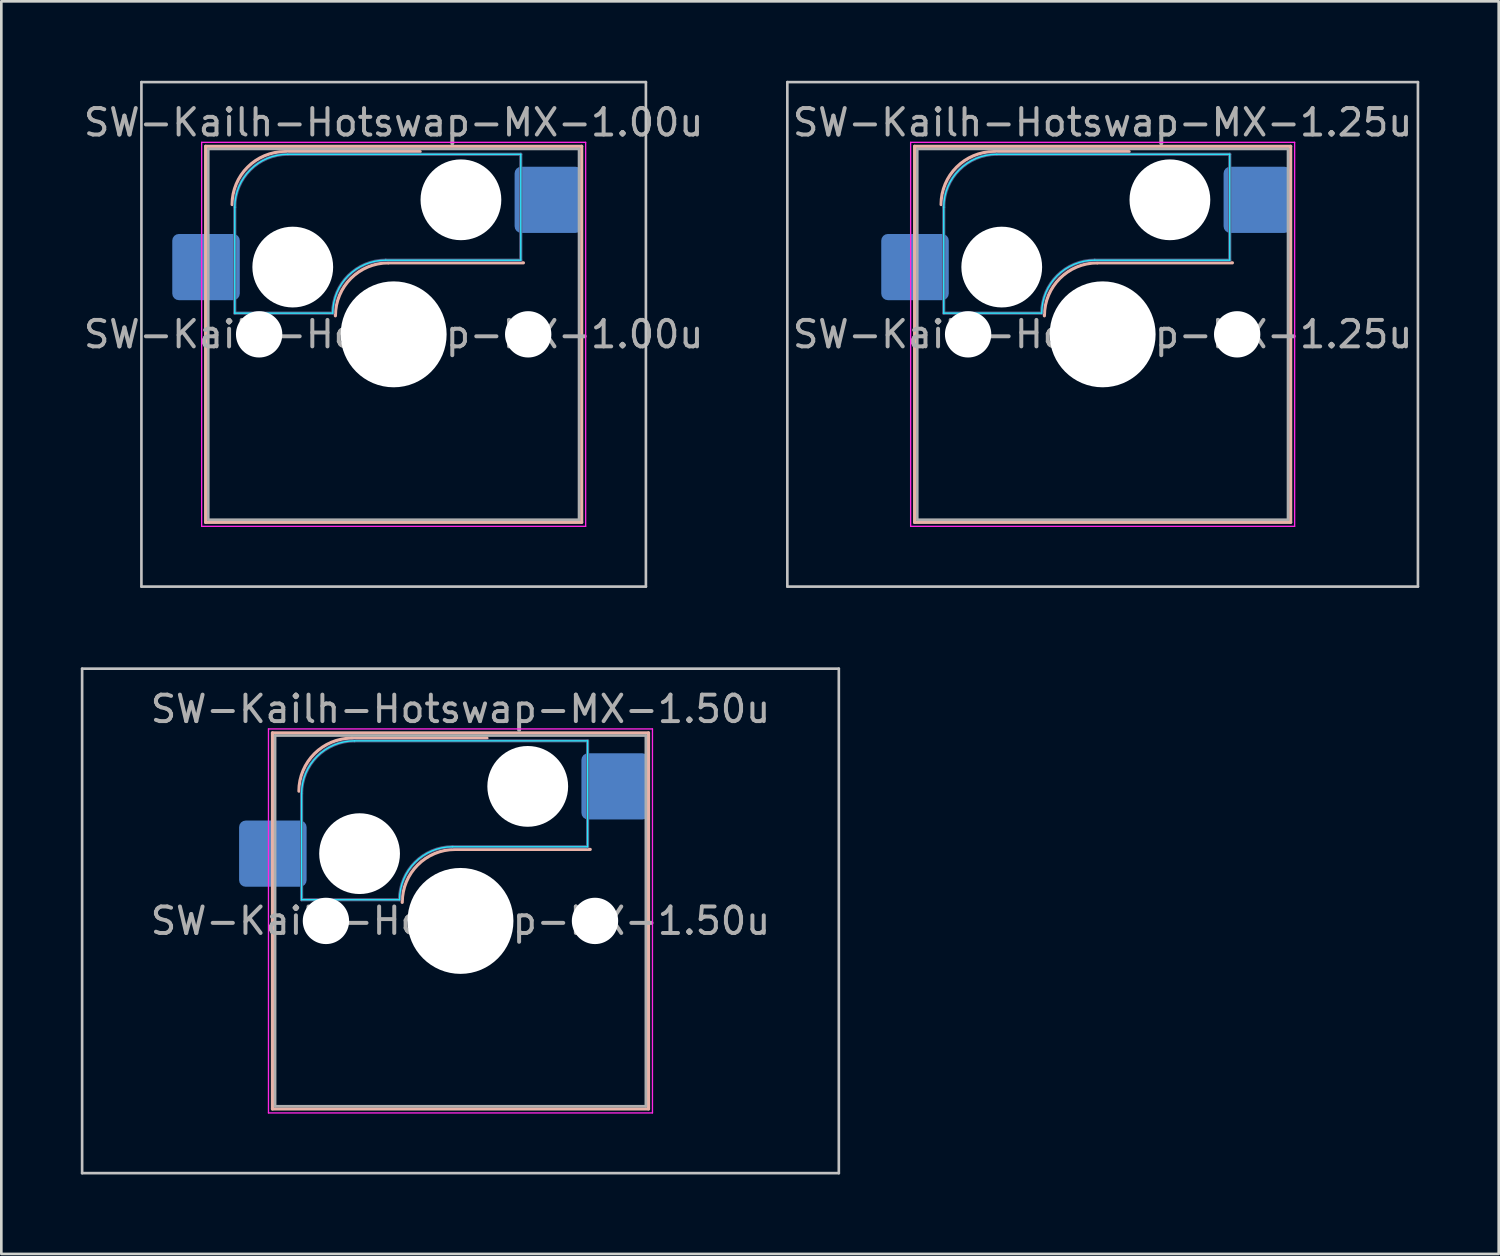
<source format=kicad_pcb>
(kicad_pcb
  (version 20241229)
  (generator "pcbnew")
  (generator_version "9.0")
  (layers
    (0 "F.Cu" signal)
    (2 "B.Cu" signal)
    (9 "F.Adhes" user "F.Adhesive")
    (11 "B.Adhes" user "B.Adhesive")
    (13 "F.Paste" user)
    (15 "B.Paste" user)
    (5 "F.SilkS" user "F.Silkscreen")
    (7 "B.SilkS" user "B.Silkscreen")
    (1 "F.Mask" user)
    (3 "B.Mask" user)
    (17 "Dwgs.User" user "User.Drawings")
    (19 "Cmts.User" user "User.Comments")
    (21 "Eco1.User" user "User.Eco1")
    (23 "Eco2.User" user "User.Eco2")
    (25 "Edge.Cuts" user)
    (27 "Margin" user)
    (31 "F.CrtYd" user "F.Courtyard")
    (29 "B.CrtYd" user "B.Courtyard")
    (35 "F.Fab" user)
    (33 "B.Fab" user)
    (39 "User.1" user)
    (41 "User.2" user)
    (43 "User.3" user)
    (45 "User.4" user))
  (footprint "SW-Kailh-Hotswap-MX-1.50u"
    (layer "F.Cu")
    (at 14.338 31.725)
    (property "Reference" "SW-Kailh-Hotswap-MX-1.50u" (at 0 -8 0) (layer "F.Fab") (effects (font (size 1 1) (thickness 0.15))))
    (attr smd)
    (fp_line (start -7.1 -7.1) (end -7.1 7.1) (stroke (width 0.12) (type solid)) (layer "B.SilkS"))
    (fp_line (start -7.1 7.1) (end 7.1 7.1) (stroke (width 0.12) (type solid)) (layer "B.SilkS"))
    (fp_line (start -4.1 -6.9) (end 1 -6.9) (stroke (width 0.12) (type solid)) (layer "B.SilkS"))
    (fp_line (start -0.2 -2.7) (end 4.9 -2.7) (stroke (width 0.12) (type solid)) (layer "B.SilkS"))
    (fp_line (start 7.1 -7.1) (end -7.1 -7.1) (stroke (width 0.12) (type solid)) (layer "B.SilkS"))
    (fp_line (start 7.1 7.1) (end 7.1 -7.1) (stroke (width 0.12) (type solid)) (layer "B.SilkS"))
    (fp_arc (start -6.1 -4.9) (mid -5.514214 -6.314214) (end -4.1 -6.9) (stroke (width 0.12) (type solid)) (layer "B.SilkS"))
    (fp_arc (start -2.2 -0.7) (mid -1.614214 -2.114214) (end -0.2 -2.7) (stroke (width 0.12) (type solid)) (layer "B.SilkS"))
    (fp_line (start -14.287 -9.525) (end -14.287 9.525) (stroke (width 0.1) (type solid)) (layer "Dwgs.User"))
    (fp_line (start -14.287 9.525) (end 14.287 9.525) (stroke (width 0.1) (type solid)) (layer "Dwgs.User"))
    (fp_line (start 14.287 -9.525) (end -14.287 -9.525) (stroke (width 0.1) (type solid)) (layer "Dwgs.User"))
    (fp_line (start 14.287 9.525) (end 14.287 -9.525) (stroke (width 0.1) (type solid)) (layer "Dwgs.User"))
    (fp_line (start -7.8 -6) (end -7 -6) (stroke (width 0.1) (type solid)) (layer "Eco1.User"))
    (fp_line (start -7.8 -2.9) (end -7.8 -6) (stroke (width 0.1) (type solid)) (layer "Eco1.User"))
    (fp_line (start -7.8 2.9) (end -7 2.9) (stroke (width 0.1) (type solid)) (layer "Eco1.User"))
    (fp_line (start -7.8 6) (end -7.8 2.9) (stroke (width 0.1) (type solid)) (layer "Eco1.User"))
    (fp_line (start -7 -7) (end 7 -7) (stroke (width 0.1) (type solid)) (layer "Eco1.User"))
    (fp_line (start -7 -6) (end -7 -7) (stroke (width 0.1) (type solid)) (layer "Eco1.User"))
    (fp_line (start -7 -2.9) (end -7.8 -2.9) (stroke (width 0.1) (type solid)) (layer "Eco1.User"))
    (fp_line (start -7 2.9) (end -7 -2.9) (stroke (width 0.1) (type solid)) (layer "Eco1.User"))
    (fp_line (start -7 6) (end -7.8 6) (stroke (width 0.1) (type solid)) (layer "Eco1.User"))
    (fp_line (start -7 7) (end -7 6) (stroke (width 0.1) (type solid)) (layer "Eco1.User"))
    (fp_line (start 7 -7) (end 7 -6) (stroke (width 0.1) (type solid)) (layer "Eco1.User"))
    (fp_line (start 7 -6) (end 7.8 -6) (stroke (width 0.1) (type solid)) (layer "Eco1.User"))
    (fp_line (start 7 -2.9) (end 7 2.9) (stroke (width 0.1) (type solid)) (layer "Eco1.User"))
    (fp_line (start 7 2.9) (end 7.8 2.9) (stroke (width 0.1) (type solid)) (layer "Eco1.User"))
    (fp_line (start 7 6) (end 7 7) (stroke (width 0.1) (type solid)) (layer "Eco1.User"))
    (fp_line (start 7 7) (end -7 7) (stroke (width 0.1) (type solid)) (layer "Eco1.User"))
    (fp_line (start 7.8 -6) (end 7.8 -2.9) (stroke (width 0.1) (type solid)) (layer "Eco1.User"))
    (fp_line (start 7.8 -2.9) (end 7 -2.9) (stroke (width 0.1) (type solid)) (layer "Eco1.User"))
    (fp_line (start 7.8 2.9) (end 7.8 6) (stroke (width 0.1) (type solid)) (layer "Eco1.User"))
    (fp_line (start 7.8 6) (end 7 6) (stroke (width 0.1) (type solid)) (layer "Eco1.User"))
    (fp_line (start -6 -0.8) (end -6 -4.8) (stroke (width 0.05) (type solid)) (layer "B.CrtYd"))
    (fp_line (start -6 -0.8) (end -2.3 -0.8) (stroke (width 0.05) (type solid)) (layer "B.CrtYd"))
    (fp_line (start -4 -6.8) (end 4.8 -6.8) (stroke (width 0.05) (type solid)) (layer "B.CrtYd"))
    (fp_line (start -0.3 -2.8) (end 4.8 -2.8) (stroke (width 0.05) (type solid)) (layer "B.CrtYd"))
    (fp_line (start 4.8 -6.8) (end 4.8 -2.8) (stroke (width 0.05) (type solid)) (layer "B.CrtYd"))
    (fp_arc (start -6 -4.8) (mid -5.414214 -6.214214) (end -4 -6.8) (stroke (width 0.05) (type solid)) (layer "B.CrtYd"))
    (fp_arc (start -2.3 -0.8) (mid -1.714214 -2.214214) (end -0.3 -2.8) (stroke (width 0.05) (type solid)) (layer "B.CrtYd"))
    (fp_line (start -7.25 -7.25) (end -7.25 7.25) (stroke (width 0.05) (type solid)) (layer "F.CrtYd"))
    (fp_line (start -7.25 7.25) (end 7.25 7.25) (stroke (width 0.05) (type solid)) (layer "F.CrtYd"))
    (fp_line (start 7.25 -7.25) (end -7.25 -7.25) (stroke (width 0.05) (type solid)) (layer "F.CrtYd"))
    (fp_line (start 7.25 7.25) (end 7.25 -7.25) (stroke (width 0.05) (type solid)) (layer "F.CrtYd"))
    (fp_line (start -6 -0.8) (end -6 -4.8) (stroke (width 0.12) (type solid)) (layer "B.Fab"))
    (fp_line (start -6 -0.8) (end -2.3 -0.8) (stroke (width 0.12) (type solid)) (layer "B.Fab"))
    (fp_line (start -4 -6.8) (end 4.8 -6.8) (stroke (width 0.12) (type solid)) (layer "B.Fab"))
    (fp_line (start -0.3 -2.8) (end 4.8 -2.8) (stroke (width 0.12) (type solid)) (layer "B.Fab"))
    (fp_line (start 4.8 -6.8) (end 4.8 -2.8) (stroke (width 0.12) (type solid)) (layer "B.Fab"))
    (fp_arc (start -6 -4.8) (mid -5.414214 -6.214214) (end -4 -6.8) (stroke (width 0.12) (type solid)) (layer "B.Fab"))
    (fp_arc (start -2.3 -0.8) (mid -1.714214 -2.214214) (end -0.3 -2.8) (stroke (width 0.12) (type solid)) (layer "B.Fab"))
    (fp_line (start -7 -7) (end -7 7) (stroke (width 0.1) (type solid)) (layer "F.Fab"))
    (fp_line (start -7 7) (end 7 7) (stroke (width 0.1) (type solid)) (layer "F.Fab"))
    (fp_line (start 7 -7) (end -7 -7) (stroke (width 0.1) (type solid)) (layer "F.Fab"))
    (fp_line (start 7 7) (end 7 -7) (stroke (width 0.1) (type solid)) (layer "F.Fab"))
    (fp_text user "${REFERENCE}" (at 0 0 0) (layer "F.Fab") (effects (font (size 1 1) (thickness 0.15))))
    (pad "" np_thru_hole circle (at -5.08 0) (size 1.75 1.75) (drill 1.75) (layers "*.Cu" "*.Mask"))
    (pad "" np_thru_hole circle (at -3.81 -2.54) (size 3.05 3.05) (drill 3.05) (layers "*.Cu" "*.Mask"))
    (pad "" np_thru_hole circle (at 0 0) (size 4 4) (drill 4) (layers "*.Cu" "*.Mask"))
    (pad "" np_thru_hole circle (at 2.54 -5.08) (size 3.05 3.05) (drill 3.05) (layers "*.Cu" "*.Mask"))
    (pad "" np_thru_hole circle (at 5.08 0) (size 1.75 1.75) (drill 1.75) (layers "*.Cu" "*.Mask"))
    (pad "1" smd roundrect (at -7.085 -2.54) (size 2.55 2.5) (layers "B.Cu" "B.Mask" "B.Paste") (roundrect_rratio 0.1))
    (pad "2" smd roundrect (at 5.842 -5.08) (size 2.55 2.5) (layers "B.Cu" "B.Mask" "B.Paste") (roundrect_rratio 0.1)))
  (footprint "SW-Kailh-Hotswap-MX-1.00u"
    (layer "F.Cu")
    (at 11.815 9.575)
    (property "Reference" "SW-Kailh-Hotswap-MX-1.00u" (at 0 -8 0) (layer "F.Fab") (effects (font (size 1 1) (thickness 0.15))))
    (attr smd)
    (fp_line (start -7.1 -7.1) (end -7.1 7.1) (stroke (width 0.12) (type solid)) (layer "B.SilkS"))
    (fp_line (start -7.1 7.1) (end 7.1 7.1) (stroke (width 0.12) (type solid)) (layer "B.SilkS"))
    (fp_line (start -4.1 -6.9) (end 1 -6.9) (stroke (width 0.12) (type solid)) (layer "B.SilkS"))
    (fp_line (start -0.2 -2.7) (end 4.9 -2.7) (stroke (width 0.12) (type solid)) (layer "B.SilkS"))
    (fp_line (start 7.1 -7.1) (end -7.1 -7.1) (stroke (width 0.12) (type solid)) (layer "B.SilkS"))
    (fp_line (start 7.1 7.1) (end 7.1 -7.1) (stroke (width 0.12) (type solid)) (layer "B.SilkS"))
    (fp_arc (start -6.1 -4.9) (mid -5.514214 -6.314214) (end -4.1 -6.9) (stroke (width 0.12) (type solid)) (layer "B.SilkS"))
    (fp_arc (start -2.2 -0.7) (mid -1.614214 -2.114214) (end -0.2 -2.7) (stroke (width 0.12) (type solid)) (layer "B.SilkS"))
    (fp_line (start -9.525 -9.525) (end -9.525 9.525) (stroke (width 0.1) (type solid)) (layer "Dwgs.User"))
    (fp_line (start -9.525 9.525) (end 9.525 9.525) (stroke (width 0.1) (type solid)) (layer "Dwgs.User"))
    (fp_line (start 9.525 -9.525) (end -9.525 -9.525) (stroke (width 0.1) (type solid)) (layer "Dwgs.User"))
    (fp_line (start 9.525 9.525) (end 9.525 -9.525) (stroke (width 0.1) (type solid)) (layer "Dwgs.User"))
    (fp_line (start -7.8 -6) (end -7 -6) (stroke (width 0.1) (type solid)) (layer "Eco1.User"))
    (fp_line (start -7.8 -2.9) (end -7.8 -6) (stroke (width 0.1) (type solid)) (layer "Eco1.User"))
    (fp_line (start -7.8 2.9) (end -7 2.9) (stroke (width 0.1) (type solid)) (layer "Eco1.User"))
    (fp_line (start -7.8 6) (end -7.8 2.9) (stroke (width 0.1) (type solid)) (layer "Eco1.User"))
    (fp_line (start -7 -7) (end 7 -7) (stroke (width 0.1) (type solid)) (layer "Eco1.User"))
    (fp_line (start -7 -6) (end -7 -7) (stroke (width 0.1) (type solid)) (layer "Eco1.User"))
    (fp_line (start -7 -2.9) (end -7.8 -2.9) (stroke (width 0.1) (type solid)) (layer "Eco1.User"))
    (fp_line (start -7 2.9) (end -7 -2.9) (stroke (width 0.1) (type solid)) (layer "Eco1.User"))
    (fp_line (start -7 6) (end -7.8 6) (stroke (width 0.1) (type solid)) (layer "Eco1.User"))
    (fp_line (start -7 7) (end -7 6) (stroke (width 0.1) (type solid)) (layer "Eco1.User"))
    (fp_line (start 7 -7) (end 7 -6) (stroke (width 0.1) (type solid)) (layer "Eco1.User"))
    (fp_line (start 7 -6) (end 7.8 -6) (stroke (width 0.1) (type solid)) (layer "Eco1.User"))
    (fp_line (start 7 -2.9) (end 7 2.9) (stroke (width 0.1) (type solid)) (layer "Eco1.User"))
    (fp_line (start 7 2.9) (end 7.8 2.9) (stroke (width 0.1) (type solid)) (layer "Eco1.User"))
    (fp_line (start 7 6) (end 7 7) (stroke (width 0.1) (type solid)) (layer "Eco1.User"))
    (fp_line (start 7 7) (end -7 7) (stroke (width 0.1) (type solid)) (layer "Eco1.User"))
    (fp_line (start 7.8 -6) (end 7.8 -2.9) (stroke (width 0.1) (type solid)) (layer "Eco1.User"))
    (fp_line (start 7.8 -2.9) (end 7 -2.9) (stroke (width 0.1) (type solid)) (layer "Eco1.User"))
    (fp_line (start 7.8 2.9) (end 7.8 6) (stroke (width 0.1) (type solid)) (layer "Eco1.User"))
    (fp_line (start 7.8 6) (end 7 6) (stroke (width 0.1) (type solid)) (layer "Eco1.User"))
    (fp_line (start -6 -0.8) (end -6 -4.8) (stroke (width 0.05) (type solid)) (layer "B.CrtYd"))
    (fp_line (start -6 -0.8) (end -2.3 -0.8) (stroke (width 0.05) (type solid)) (layer "B.CrtYd"))
    (fp_line (start -4 -6.8) (end 4.8 -6.8) (stroke (width 0.05) (type solid)) (layer "B.CrtYd"))
    (fp_line (start -0.3 -2.8) (end 4.8 -2.8) (stroke (width 0.05) (type solid)) (layer "B.CrtYd"))
    (fp_line (start 4.8 -6.8) (end 4.8 -2.8) (stroke (width 0.05) (type solid)) (layer "B.CrtYd"))
    (fp_arc (start -6 -4.8) (mid -5.414214 -6.214214) (end -4 -6.8) (stroke (width 0.05) (type solid)) (layer "B.CrtYd"))
    (fp_arc (start -2.3 -0.8) (mid -1.714214 -2.214214) (end -0.3 -2.8) (stroke (width 0.05) (type solid)) (layer "B.CrtYd"))
    (fp_line (start -7.25 -7.25) (end -7.25 7.25) (stroke (width 0.05) (type solid)) (layer "F.CrtYd"))
    (fp_line (start -7.25 7.25) (end 7.25 7.25) (stroke (width 0.05) (type solid)) (layer "F.CrtYd"))
    (fp_line (start 7.25 -7.25) (end -7.25 -7.25) (stroke (width 0.05) (type solid)) (layer "F.CrtYd"))
    (fp_line (start 7.25 7.25) (end 7.25 -7.25) (stroke (width 0.05) (type solid)) (layer "F.CrtYd"))
    (fp_line (start -6 -0.8) (end -6 -4.8) (stroke (width 0.12) (type solid)) (layer "B.Fab"))
    (fp_line (start -6 -0.8) (end -2.3 -0.8) (stroke (width 0.12) (type solid)) (layer "B.Fab"))
    (fp_line (start -4 -6.8) (end 4.8 -6.8) (stroke (width 0.12) (type solid)) (layer "B.Fab"))
    (fp_line (start -0.3 -2.8) (end 4.8 -2.8) (stroke (width 0.12) (type solid)) (layer "B.Fab"))
    (fp_line (start 4.8 -6.8) (end 4.8 -2.8) (stroke (width 0.12) (type solid)) (layer "B.Fab"))
    (fp_arc (start -6 -4.8) (mid -5.414214 -6.214214) (end -4 -6.8) (stroke (width 0.12) (type solid)) (layer "B.Fab"))
    (fp_arc (start -2.3 -0.8) (mid -1.714214 -2.214214) (end -0.3 -2.8) (stroke (width 0.12) (type solid)) (layer "B.Fab"))
    (fp_line (start -7 -7) (end -7 7) (stroke (width 0.1) (type solid)) (layer "F.Fab"))
    (fp_line (start -7 7) (end 7 7) (stroke (width 0.1) (type solid)) (layer "F.Fab"))
    (fp_line (start 7 -7) (end -7 -7) (stroke (width 0.1) (type solid)) (layer "F.Fab"))
    (fp_line (start 7 7) (end 7 -7) (stroke (width 0.1) (type solid)) (layer "F.Fab"))
    (fp_text user "${REFERENCE}" (at 0 0 0) (layer "F.Fab") (effects (font (size 1 1) (thickness 0.15))))
    (pad "" np_thru_hole circle (at -5.08 0) (size 1.75 1.75) (drill 1.75) (layers "*.Cu" "*.Mask"))
    (pad "" np_thru_hole circle (at -3.81 -2.54) (size 3.05 3.05) (drill 3.05) (layers "*.Cu" "*.Mask"))
    (pad "" np_thru_hole circle (at 0 0) (size 4 4) (drill 4) (layers "*.Cu" "*.Mask"))
    (pad "" np_thru_hole circle (at 2.54 -5.08) (size 3.05 3.05) (drill 3.05) (layers "*.Cu" "*.Mask"))
    (pad "" np_thru_hole circle (at 5.08 0) (size 1.75 1.75) (drill 1.75) (layers "*.Cu" "*.Mask"))
    (pad "1" smd roundrect (at -7.085 -2.54) (size 2.55 2.5) (layers "B.Cu" "B.Mask" "B.Paste") (roundrect_rratio 0.1))
    (pad "2" smd roundrect (at 5.842 -5.08) (size 2.55 2.5) (layers "B.Cu" "B.Mask" "B.Paste") (roundrect_rratio 0.1)))
  (footprint "SW-Kailh-Hotswap-MX-1.25u"
    (layer "F.Cu")
    (at 38.587 9.575)
    (property "Reference" "SW-Kailh-Hotswap-MX-1.25u" (at 0 -8 0) (layer "F.Fab") (effects (font (size 1 1) (thickness 0.15))))
    (attr smd)
    (fp_line (start -7.1 -7.1) (end -7.1 7.1) (stroke (width 0.12) (type solid)) (layer "B.SilkS"))
    (fp_line (start -7.1 7.1) (end 7.1 7.1) (stroke (width 0.12) (type solid)) (layer "B.SilkS"))
    (fp_line (start -4.1 -6.9) (end 1 -6.9) (stroke (width 0.12) (type solid)) (layer "B.SilkS"))
    (fp_line (start -0.2 -2.7) (end 4.9 -2.7) (stroke (width 0.12) (type solid)) (layer "B.SilkS"))
    (fp_line (start 7.1 -7.1) (end -7.1 -7.1) (stroke (width 0.12) (type solid)) (layer "B.SilkS"))
    (fp_line (start 7.1 7.1) (end 7.1 -7.1) (stroke (width 0.12) (type solid)) (layer "B.SilkS"))
    (fp_arc (start -6.1 -4.9) (mid -5.514214 -6.314214) (end -4.1 -6.9) (stroke (width 0.12) (type solid)) (layer "B.SilkS"))
    (fp_arc (start -2.2 -0.7) (mid -1.614214 -2.114214) (end -0.2 -2.7) (stroke (width 0.12) (type solid)) (layer "B.SilkS"))
    (fp_line (start -11.906 -9.525) (end -11.906 9.525) (stroke (width 0.1) (type solid)) (layer "Dwgs.User"))
    (fp_line (start -11.906 9.525) (end 11.906 9.525) (stroke (width 0.1) (type solid)) (layer "Dwgs.User"))
    (fp_line (start 11.906 -9.525) (end -11.906 -9.525) (stroke (width 0.1) (type solid)) (layer "Dwgs.User"))
    (fp_line (start 11.906 9.525) (end 11.906 -9.525) (stroke (width 0.1) (type solid)) (layer "Dwgs.User"))
    (fp_line (start -7.8 -6) (end -7 -6) (stroke (width 0.1) (type solid)) (layer "Eco1.User"))
    (fp_line (start -7.8 -2.9) (end -7.8 -6) (stroke (width 0.1) (type solid)) (layer "Eco1.User"))
    (fp_line (start -7.8 2.9) (end -7 2.9) (stroke (width 0.1) (type solid)) (layer "Eco1.User"))
    (fp_line (start -7.8 6) (end -7.8 2.9) (stroke (width 0.1) (type solid)) (layer "Eco1.User"))
    (fp_line (start -7 -7) (end 7 -7) (stroke (width 0.1) (type solid)) (layer "Eco1.User"))
    (fp_line (start -7 -6) (end -7 -7) (stroke (width 0.1) (type solid)) (layer "Eco1.User"))
    (fp_line (start -7 -2.9) (end -7.8 -2.9) (stroke (width 0.1) (type solid)) (layer "Eco1.User"))
    (fp_line (start -7 2.9) (end -7 -2.9) (stroke (width 0.1) (type solid)) (layer "Eco1.User"))
    (fp_line (start -7 6) (end -7.8 6) (stroke (width 0.1) (type solid)) (layer "Eco1.User"))
    (fp_line (start -7 7) (end -7 6) (stroke (width 0.1) (type solid)) (layer "Eco1.User"))
    (fp_line (start 7 -7) (end 7 -6) (stroke (width 0.1) (type solid)) (layer "Eco1.User"))
    (fp_line (start 7 -6) (end 7.8 -6) (stroke (width 0.1) (type solid)) (layer "Eco1.User"))
    (fp_line (start 7 -2.9) (end 7 2.9) (stroke (width 0.1) (type solid)) (layer "Eco1.User"))
    (fp_line (start 7 2.9) (end 7.8 2.9) (stroke (width 0.1) (type solid)) (layer "Eco1.User"))
    (fp_line (start 7 6) (end 7 7) (stroke (width 0.1) (type solid)) (layer "Eco1.User"))
    (fp_line (start 7 7) (end -7 7) (stroke (width 0.1) (type solid)) (layer "Eco1.User"))
    (fp_line (start 7.8 -6) (end 7.8 -2.9) (stroke (width 0.1) (type solid)) (layer "Eco1.User"))
    (fp_line (start 7.8 -2.9) (end 7 -2.9) (stroke (width 0.1) (type solid)) (layer "Eco1.User"))
    (fp_line (start 7.8 2.9) (end 7.8 6) (stroke (width 0.1) (type solid)) (layer "Eco1.User"))
    (fp_line (start 7.8 6) (end 7 6) (stroke (width 0.1) (type solid)) (layer "Eco1.User"))
    (fp_line (start -6 -0.8) (end -6 -4.8) (stroke (width 0.05) (type solid)) (layer "B.CrtYd"))
    (fp_line (start -6 -0.8) (end -2.3 -0.8) (stroke (width 0.05) (type solid)) (layer "B.CrtYd"))
    (fp_line (start -4 -6.8) (end 4.8 -6.8) (stroke (width 0.05) (type solid)) (layer "B.CrtYd"))
    (fp_line (start -0.3 -2.8) (end 4.8 -2.8) (stroke (width 0.05) (type solid)) (layer "B.CrtYd"))
    (fp_line (start 4.8 -6.8) (end 4.8 -2.8) (stroke (width 0.05) (type solid)) (layer "B.CrtYd"))
    (fp_arc (start -6 -4.8) (mid -5.414214 -6.214214) (end -4 -6.8) (stroke (width 0.05) (type solid)) (layer "B.CrtYd"))
    (fp_arc (start -2.3 -0.8) (mid -1.714214 -2.214214) (end -0.3 -2.8) (stroke (width 0.05) (type solid)) (layer "B.CrtYd"))
    (fp_line (start -7.25 -7.25) (end -7.25 7.25) (stroke (width 0.05) (type solid)) (layer "F.CrtYd"))
    (fp_line (start -7.25 7.25) (end 7.25 7.25) (stroke (width 0.05) (type solid)) (layer "F.CrtYd"))
    (fp_line (start 7.25 -7.25) (end -7.25 -7.25) (stroke (width 0.05) (type solid)) (layer "F.CrtYd"))
    (fp_line (start 7.25 7.25) (end 7.25 -7.25) (stroke (width 0.05) (type solid)) (layer "F.CrtYd"))
    (fp_line (start -6 -0.8) (end -6 -4.8) (stroke (width 0.12) (type solid)) (layer "B.Fab"))
    (fp_line (start -6 -0.8) (end -2.3 -0.8) (stroke (width 0.12) (type solid)) (layer "B.Fab"))
    (fp_line (start -4 -6.8) (end 4.8 -6.8) (stroke (width 0.12) (type solid)) (layer "B.Fab"))
    (fp_line (start -0.3 -2.8) (end 4.8 -2.8) (stroke (width 0.12) (type solid)) (layer "B.Fab"))
    (fp_line (start 4.8 -6.8) (end 4.8 -2.8) (stroke (width 0.12) (type solid)) (layer "B.Fab"))
    (fp_arc (start -6 -4.8) (mid -5.414214 -6.214214) (end -4 -6.8) (stroke (width 0.12) (type solid)) (layer "B.Fab"))
    (fp_arc (start -2.3 -0.8) (mid -1.714214 -2.214214) (end -0.3 -2.8) (stroke (width 0.12) (type solid)) (layer "B.Fab"))
    (fp_line (start -7 -7) (end -7 7) (stroke (width 0.1) (type solid)) (layer "F.Fab"))
    (fp_line (start -7 7) (end 7 7) (stroke (width 0.1) (type solid)) (layer "F.Fab"))
    (fp_line (start 7 -7) (end -7 -7) (stroke (width 0.1) (type solid)) (layer "F.Fab"))
    (fp_line (start 7 7) (end 7 -7) (stroke (width 0.1) (type solid)) (layer "F.Fab"))
    (fp_text user "${REFERENCE}" (at 0 0 0) (layer "F.Fab") (effects (font (size 1 1) (thickness 0.15))))
    (pad "" np_thru_hole circle (at -5.08 0) (size 1.75 1.75) (drill 1.75) (layers "*.Cu" "*.Mask"))
    (pad "" np_thru_hole circle (at -3.81 -2.54) (size 3.05 3.05) (drill 3.05) (layers "*.Cu" "*.Mask"))
    (pad "" np_thru_hole circle (at 0 0) (size 4 4) (drill 4) (layers "*.Cu" "*.Mask"))
    (pad "" np_thru_hole circle (at 2.54 -5.08) (size 3.05 3.05) (drill 3.05) (layers "*.Cu" "*.Mask"))
    (pad "" np_thru_hole circle (at 5.08 0) (size 1.75 1.75) (drill 1.75) (layers "*.Cu" "*.Mask"))
    (pad "1" smd roundrect (at -7.085 -2.54) (size 2.55 2.5) (layers "B.Cu" "B.Mask" "B.Paste") (roundrect_rratio 0.1))
    (pad "2" smd roundrect (at 5.842 -5.08) (size 2.55 2.5) (layers "B.Cu" "B.Mask" "B.Paste") (roundrect_rratio 0.1)))
  (gr_rect
    (start -3 -3)
    (end 53.543 44.3)
    (stroke (width 0.1) (type default))
    (fill no)
    (layer "Edge.Cuts")))
</source>
